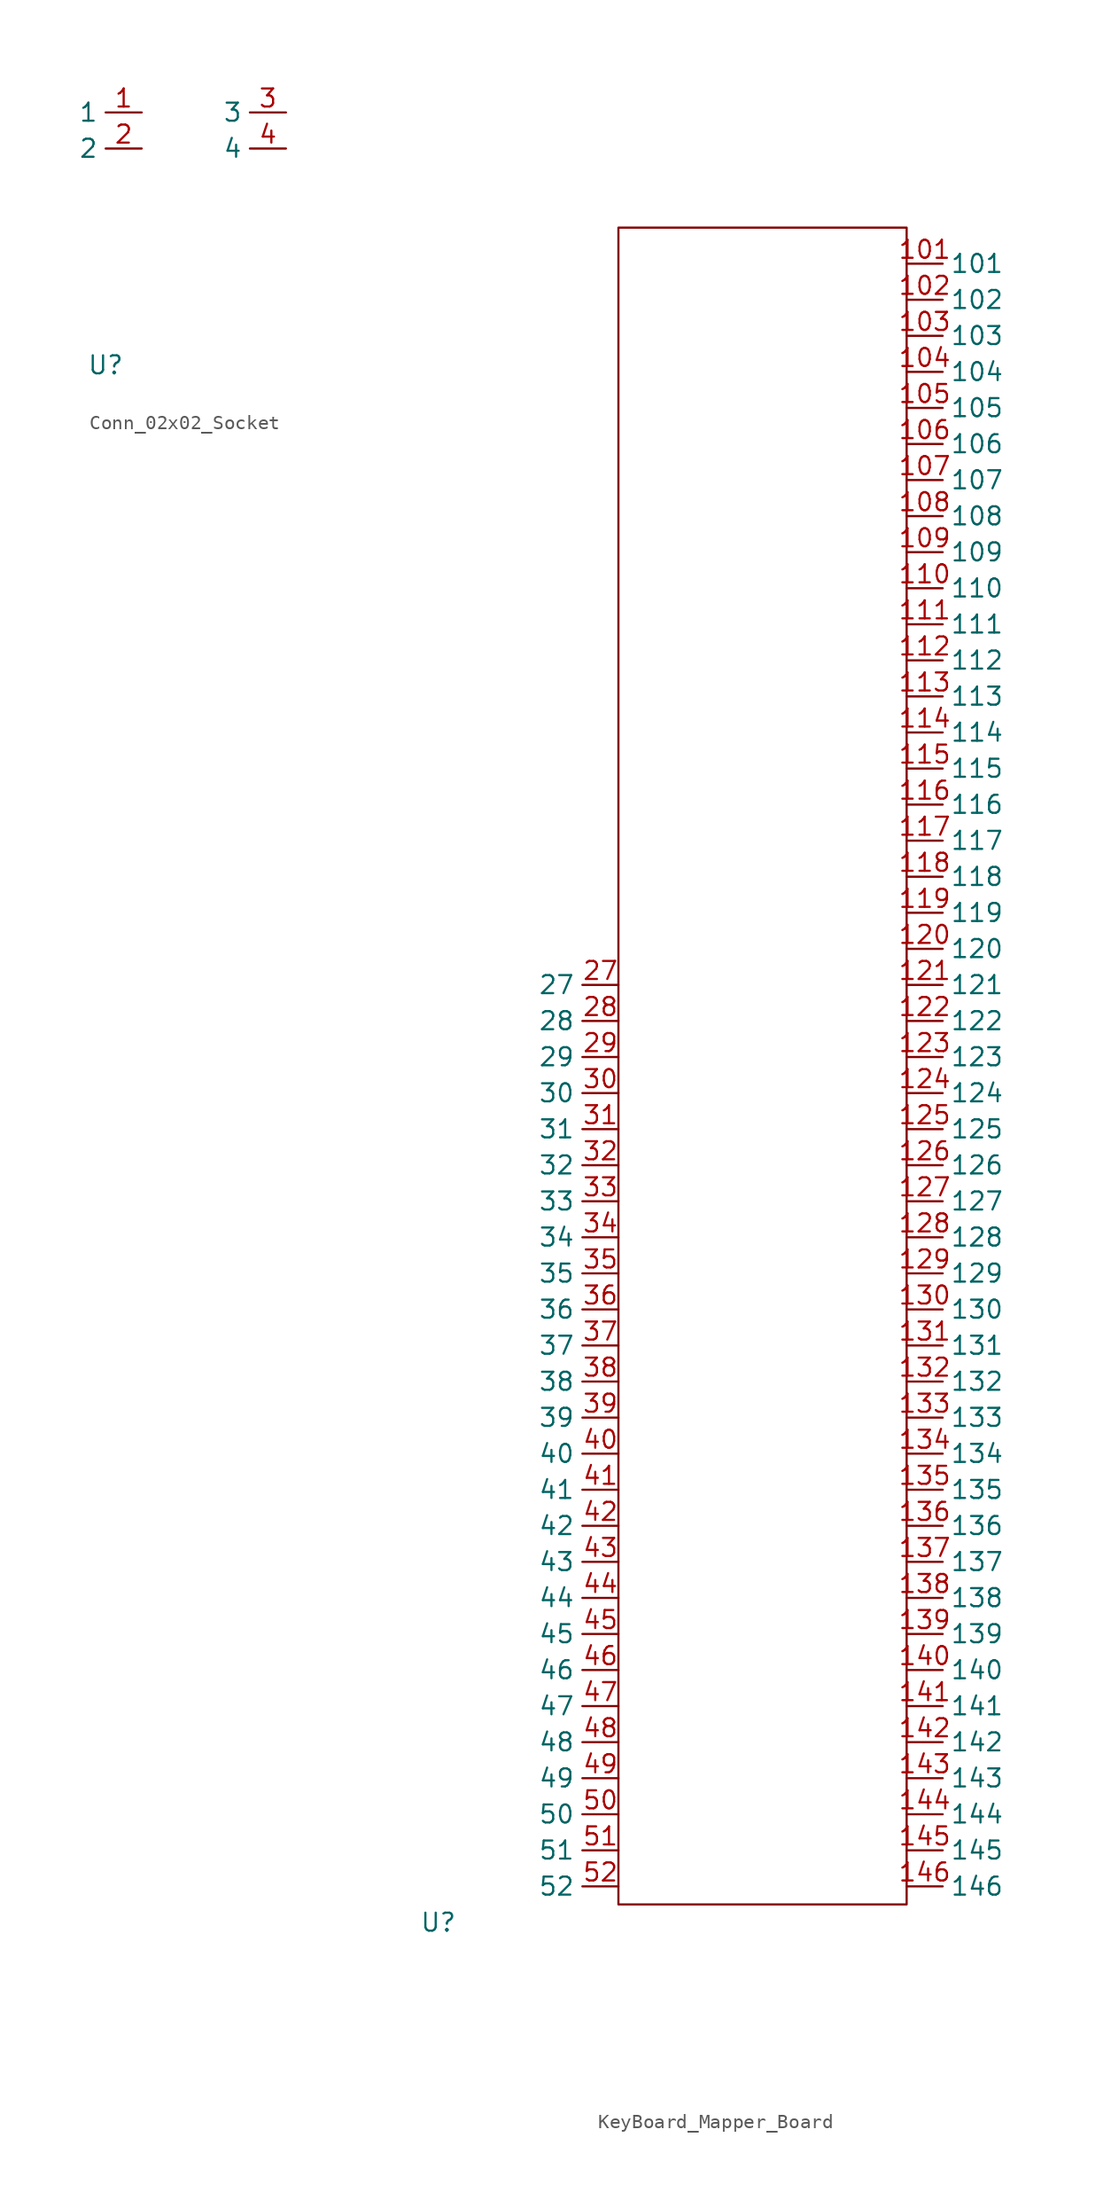
<source format=kicad_sym>
(kicad_symbol_lib
  (version 20231120)
  (generator "kicad_symbol_editor")
  (generator_version "8.0")
  (symbol "Conn_02x02_Socket"
    (property "Reference" "U"
      (at 0 0 0)
      (effects (font (size 1.27 1.27))))
    (property "Value" ""
      (at 10.16 16.51 0)
      (effects (font (size 1.27 1.27))))
    (symbol "Conn_02x02_Socket_1_1"
      (pin output line (at 2.54 17.78 180) (length 2.54) (name "1" (effects (font (size 1.27 1.27)))) (number "1" (effects (font (size 1.27 1.27)))))
      (pin output line (at 2.54 15.24 180) (length 2.54) (name "2" (effects (font (size 1.27 1.27)))) (number "2" (effects (font (size 1.27 1.27)))))
      (pin output line (at 12.7 17.78 180) (length 2.54) (name "3" (effects (font (size 1.27 1.27)))) (number "3" (effects (font (size 1.27 1.27)))))
      (pin output line (at 12.7 15.24 180) (length 2.54) (name "4" (effects (font (size 1.27 1.27)))) (number "4" (effects (font (size 1.27 1.27)))))))
  (symbol "KeyBoard_Mapper_Board"
    (property "Reference" "U"
      (at 0 0 0)
      (effects (font (size 1.27 1.27))))
    (property "Value" ""
      (at 0 0 0)
      (effects (font (size 1.27 1.27))))
    (symbol "KeyBoard_Mapper_Board_0_1"
      (rectangle (start 12.7 1.27) (end 33.02 119.38) (stroke (width 0) (type default)) (fill (type none))))
    (symbol "KeyBoard_Mapper_Board_1_1"
      (pin output line (at 33.02 116.84 0) (length 2.54) (name "101" (effects (font (size 1.27 1.27)))) (number "101" (effects (font (size 1.27 1.27)))))
      (pin output line (at 33.02 114.3 0) (length 2.54) (name "102" (effects (font (size 1.27 1.27)))) (number "102" (effects (font (size 1.27 1.27)))))
      (pin output line (at 33.02 111.76 0) (length 2.54) (name "103" (effects (font (size 1.27 1.27)))) (number "103" (effects (font (size 1.27 1.27)))))
      (pin output line (at 33.02 109.22 0) (length 2.54) (name "104" (effects (font (size 1.27 1.27)))) (number "104" (effects (font (size 1.27 1.27)))))
      (pin output line (at 33.02 106.68 0) (length 2.54) (name "105" (effects (font (size 1.27 1.27)))) (number "105" (effects (font (size 1.27 1.27)))))
      (pin output line (at 33.02 104.14 0) (length 2.54) (name "106" (effects (font (size 1.27 1.27)))) (number "106" (effects (font (size 1.27 1.27)))))
      (pin output line (at 33.02 101.6 0) (length 2.54) (name "107" (effects (font (size 1.27 1.27)))) (number "107" (effects (font (size 1.27 1.27)))))
      (pin output line (at 33.02 99.06 0) (length 2.54) (name "108" (effects (font (size 1.27 1.27)))) (number "108" (effects (font (size 1.27 1.27)))))
      (pin output line (at 33.02 96.52 0) (length 2.54) (name "109" (effects (font (size 1.27 1.27)))) (number "109" (effects (font (size 1.27 1.27)))))
      (pin output line (at 33.02 93.98 0) (length 2.54) (name "110" (effects (font (size 1.27 1.27)))) (number "110" (effects (font (size 1.27 1.27)))))
      (pin output line (at 33.02 91.44 0) (length 2.54) (name "111" (effects (font (size 1.27 1.27)))) (number "111" (effects (font (size 1.27 1.27)))))
      (pin output line (at 33.02 88.9 0) (length 2.54) (name "112" (effects (font (size 1.27 1.27)))) (number "112" (effects (font (size 1.27 1.27)))))
      (pin output line (at 33.02 86.36 0) (length 2.54) (name "113" (effects (font (size 1.27 1.27)))) (number "113" (effects (font (size 1.27 1.27)))))
      (pin output line (at 33.02 83.82 0) (length 2.54) (name "114" (effects (font (size 1.27 1.27)))) (number "114" (effects (font (size 1.27 1.27)))))
      (pin output line (at 33.02 81.28 0) (length 2.54) (name "115" (effects (font (size 1.27 1.27)))) (number "115" (effects (font (size 1.27 1.27)))))
      (pin output line (at 33.02 78.74 0) (length 2.54) (name "116" (effects (font (size 1.27 1.27)))) (number "116" (effects (font (size 1.27 1.27)))))
      (pin output line (at 33.02 76.2 0) (length 2.54) (name "117" (effects (font (size 1.27 1.27)))) (number "117" (effects (font (size 1.27 1.27)))))
      (pin output line (at 33.02 73.66 0) (length 2.54) (name "118" (effects (font (size 1.27 1.27)))) (number "118" (effects (font (size 1.27 1.27)))))
      (pin output line (at 33.02 71.12 0) (length 2.54) (name "119" (effects (font (size 1.27 1.27)))) (number "119" (effects (font (size 1.27 1.27)))))
      (pin output line (at 33.02 68.58 0) (length 2.54) (name "120" (effects (font (size 1.27 1.27)))) (number "120" (effects (font (size 1.27 1.27)))))
      (pin output line (at 33.02 66.04 0) (length 2.54) (name "121" (effects (font (size 1.27 1.27)))) (number "121" (effects (font (size 1.27 1.27)))))
      (pin output line (at 33.02 63.5 0) (length 2.54) (name "122" (effects (font (size 1.27 1.27)))) (number "122" (effects (font (size 1.27 1.27)))))
      (pin output line (at 33.02 60.96 0) (length 2.54) (name "123" (effects (font (size 1.27 1.27)))) (number "123" (effects (font (size 1.27 1.27)))))
      (pin output line (at 33.02 58.42 0) (length 2.54) (name "124" (effects (font (size 1.27 1.27)))) (number "124" (effects (font (size 1.27 1.27)))))
      (pin output line (at 33.02 55.88 0) (length 2.54) (name "125" (effects (font (size 1.27 1.27)))) (number "125" (effects (font (size 1.27 1.27)))))
      (pin output line (at 33.02 53.34 0) (length 2.54) (name "126" (effects (font (size 1.27 1.27)))) (number "126" (effects (font (size 1.27 1.27)))))
      (pin output line (at 33.02 50.8 0) (length 2.54) (name "127" (effects (font (size 1.27 1.27)))) (number "127" (effects (font (size 1.27 1.27)))))
      (pin output line (at 33.02 48.26 0) (length 2.54) (name "128" (effects (font (size 1.27 1.27)))) (number "128" (effects (font (size 1.27 1.27)))))
      (pin output line (at 33.02 45.72 0) (length 2.54) (name "129" (effects (font (size 1.27 1.27)))) (number "129" (effects (font (size 1.27 1.27)))))
      (pin output line (at 33.02 43.18 0) (length 2.54) (name "130" (effects (font (size 1.27 1.27)))) (number "130" (effects (font (size 1.27 1.27)))))
      (pin output line (at 33.02 40.64 0) (length 2.54) (name "131" (effects (font (size 1.27 1.27)))) (number "131" (effects (font (size 1.27 1.27)))))
      (pin output line (at 33.02 38.1 0) (length 2.54) (name "132" (effects (font (size 1.27 1.27)))) (number "132" (effects (font (size 1.27 1.27)))))
      (pin output line (at 33.02 35.56 0) (length 2.54) (name "133" (effects (font (size 1.27 1.27)))) (number "133" (effects (font (size 1.27 1.27)))))
      (pin output line (at 33.02 33.02 0) (length 2.54) (name "134" (effects (font (size 1.27 1.27)))) (number "134" (effects (font (size 1.27 1.27)))))
      (pin output line (at 33.02 30.48 0) (length 2.54) (name "135" (effects (font (size 1.27 1.27)))) (number "135" (effects (font (size 1.27 1.27)))))
      (pin output line (at 33.02 27.94 0) (length 2.54) (name "136" (effects (font (size 1.27 1.27)))) (number "136" (effects (font (size 1.27 1.27)))))
      (pin output line (at 33.02 25.4 0) (length 2.54) (name "137" (effects (font (size 1.27 1.27)))) (number "137" (effects (font (size 1.27 1.27)))))
      (pin output line (at 33.02 22.86 0) (length 2.54) (name "138" (effects (font (size 1.27 1.27)))) (number "138" (effects (font (size 1.27 1.27)))))
      (pin output line (at 33.02 20.32 0) (length 2.54) (name "139" (effects (font (size 1.27 1.27)))) (number "139" (effects (font (size 1.27 1.27)))))
      (pin output line (at 33.02 17.78 0) (length 2.54) (name "140" (effects (font (size 1.27 1.27)))) (number "140" (effects (font (size 1.27 1.27)))))
      (pin output line (at 33.02 15.24 0) (length 2.54) (name "141" (effects (font (size 1.27 1.27)))) (number "141" (effects (font (size 1.27 1.27)))))
      (pin output line (at 33.02 12.7 0) (length 2.54) (name "142" (effects (font (size 1.27 1.27)))) (number "142" (effects (font (size 1.27 1.27)))))
      (pin output line (at 33.02 10.16 0) (length 2.54) (name "143" (effects (font (size 1.27 1.27)))) (number "143" (effects (font (size 1.27 1.27)))))
      (pin output line (at 33.02 7.62 0) (length 2.54) (name "144" (effects (font (size 1.27 1.27)))) (number "144" (effects (font (size 1.27 1.27)))))
      (pin output line (at 33.02 5.08 0) (length 2.54) (name "145" (effects (font (size 1.27 1.27)))) (number "145" (effects (font (size 1.27 1.27)))))
      (pin output line (at 33.02 2.54 0) (length 2.54) (name "146" (effects (font (size 1.27 1.27)))) (number "146" (effects (font (size 1.27 1.27)))))
      (pin input line (at 12.7 66.04 180) (length 2.54) (name "27" (effects (font (size 1.27 1.27)))) (number "27" (effects (font (size 1.27 1.27)))))
      (pin input line (at 12.7 63.5 180) (length 2.54) (name "28" (effects (font (size 1.27 1.27)))) (number "28" (effects (font (size 1.27 1.27)))))
      (pin input line (at 12.7 60.96 180) (length 2.54) (name "29" (effects (font (size 1.27 1.27)))) (number "29" (effects (font (size 1.27 1.27)))))
      (pin input line (at 12.7 58.42 180) (length 2.54) (name "30" (effects (font (size 1.27 1.27)))) (number "30" (effects (font (size 1.27 1.27)))))
      (pin input line (at 12.7 55.88 180) (length 2.54) (name "31" (effects (font (size 1.27 1.27)))) (number "31" (effects (font (size 1.27 1.27)))))
      (pin input line (at 12.7 53.34 180) (length 2.54) (name "32" (effects (font (size 1.27 1.27)))) (number "32" (effects (font (size 1.27 1.27)))))
      (pin input line (at 12.7 50.8 180) (length 2.54) (name "33" (effects (font (size 1.27 1.27)))) (number "33" (effects (font (size 1.27 1.27)))))
      (pin input line (at 12.7 48.26 180) (length 2.54) (name "34" (effects (font (size 1.27 1.27)))) (number "34" (effects (font (size 1.27 1.27)))))
      (pin input line (at 12.7 45.72 180) (length 2.54) (name "35" (effects (font (size 1.27 1.27)))) (number "35" (effects (font (size 1.27 1.27)))))
      (pin input line (at 12.7 43.18 180) (length 2.54) (name "36" (effects (font (size 1.27 1.27)))) (number "36" (effects (font (size 1.27 1.27)))))
      (pin input line (at 12.7 40.64 180) (length 2.54) (name "37" (effects (font (size 1.27 1.27)))) (number "37" (effects (font (size 1.27 1.27)))))
      (pin input line (at 12.7 38.1 180) (length 2.54) (name "38" (effects (font (size 1.27 1.27)))) (number "38" (effects (font (size 1.27 1.27)))))
      (pin input line (at 12.7 35.56 180) (length 2.54) (name "39" (effects (font (size 1.27 1.27)))) (number "39" (effects (font (size 1.27 1.27)))))
      (pin input line (at 12.7 33.02 180) (length 2.54) (name "40" (effects (font (size 1.27 1.27)))) (number "40" (effects (font (size 1.27 1.27)))))
      (pin input line (at 12.7 30.48 180) (length 2.54) (name "41" (effects (font (size 1.27 1.27)))) (number "41" (effects (font (size 1.27 1.27)))))
      (pin input line (at 12.7 27.94 180) (length 2.54) (name "42" (effects (font (size 1.27 1.27)))) (number "42" (effects (font (size 1.27 1.27)))))
      (pin input line (at 12.7 25.4 180) (length 2.54) (name "43" (effects (font (size 1.27 1.27)))) (number "43" (effects (font (size 1.27 1.27)))))
      (pin input line (at 12.7 22.86 180) (length 2.54) (name "44" (effects (font (size 1.27 1.27)))) (number "44" (effects (font (size 1.27 1.27)))))
      (pin input line (at 12.7 20.32 180) (length 2.54) (name "45" (effects (font (size 1.27 1.27)))) (number "45" (effects (font (size 1.27 1.27)))))
      (pin input line (at 12.7 17.78 180) (length 2.54) (name "46" (effects (font (size 1.27 1.27)))) (number "46" (effects (font (size 1.27 1.27)))))
      (pin input line (at 12.7 15.24 180) (length 2.54) (name "47" (effects (font (size 1.27 1.27)))) (number "47" (effects (font (size 1.27 1.27)))))
      (pin input line (at 12.7 12.7 180) (length 2.54) (name "48" (effects (font (size 1.27 1.27)))) (number "48" (effects (font (size 1.27 1.27)))))
      (pin input line (at 12.7 10.16 180) (length 2.54) (name "49" (effects (font (size 1.27 1.27)))) (number "49" (effects (font (size 1.27 1.27)))))
      (pin input line (at 12.7 7.62 180) (length 2.54) (name "50" (effects (font (size 1.27 1.27)))) (number "50" (effects (font (size 1.27 1.27)))))
      (pin input line (at 12.7 5.08 180) (length 2.54) (name "51" (effects (font (size 1.27 1.27)))) (number "51" (effects (font (size 1.27 1.27)))))
      (pin input line (at 12.7 2.54 180) (length 2.54) (name "52" (effects (font (size 1.27 1.27)))) (number "52" (effects (font (size 1.27 1.27))))))))
</source>
